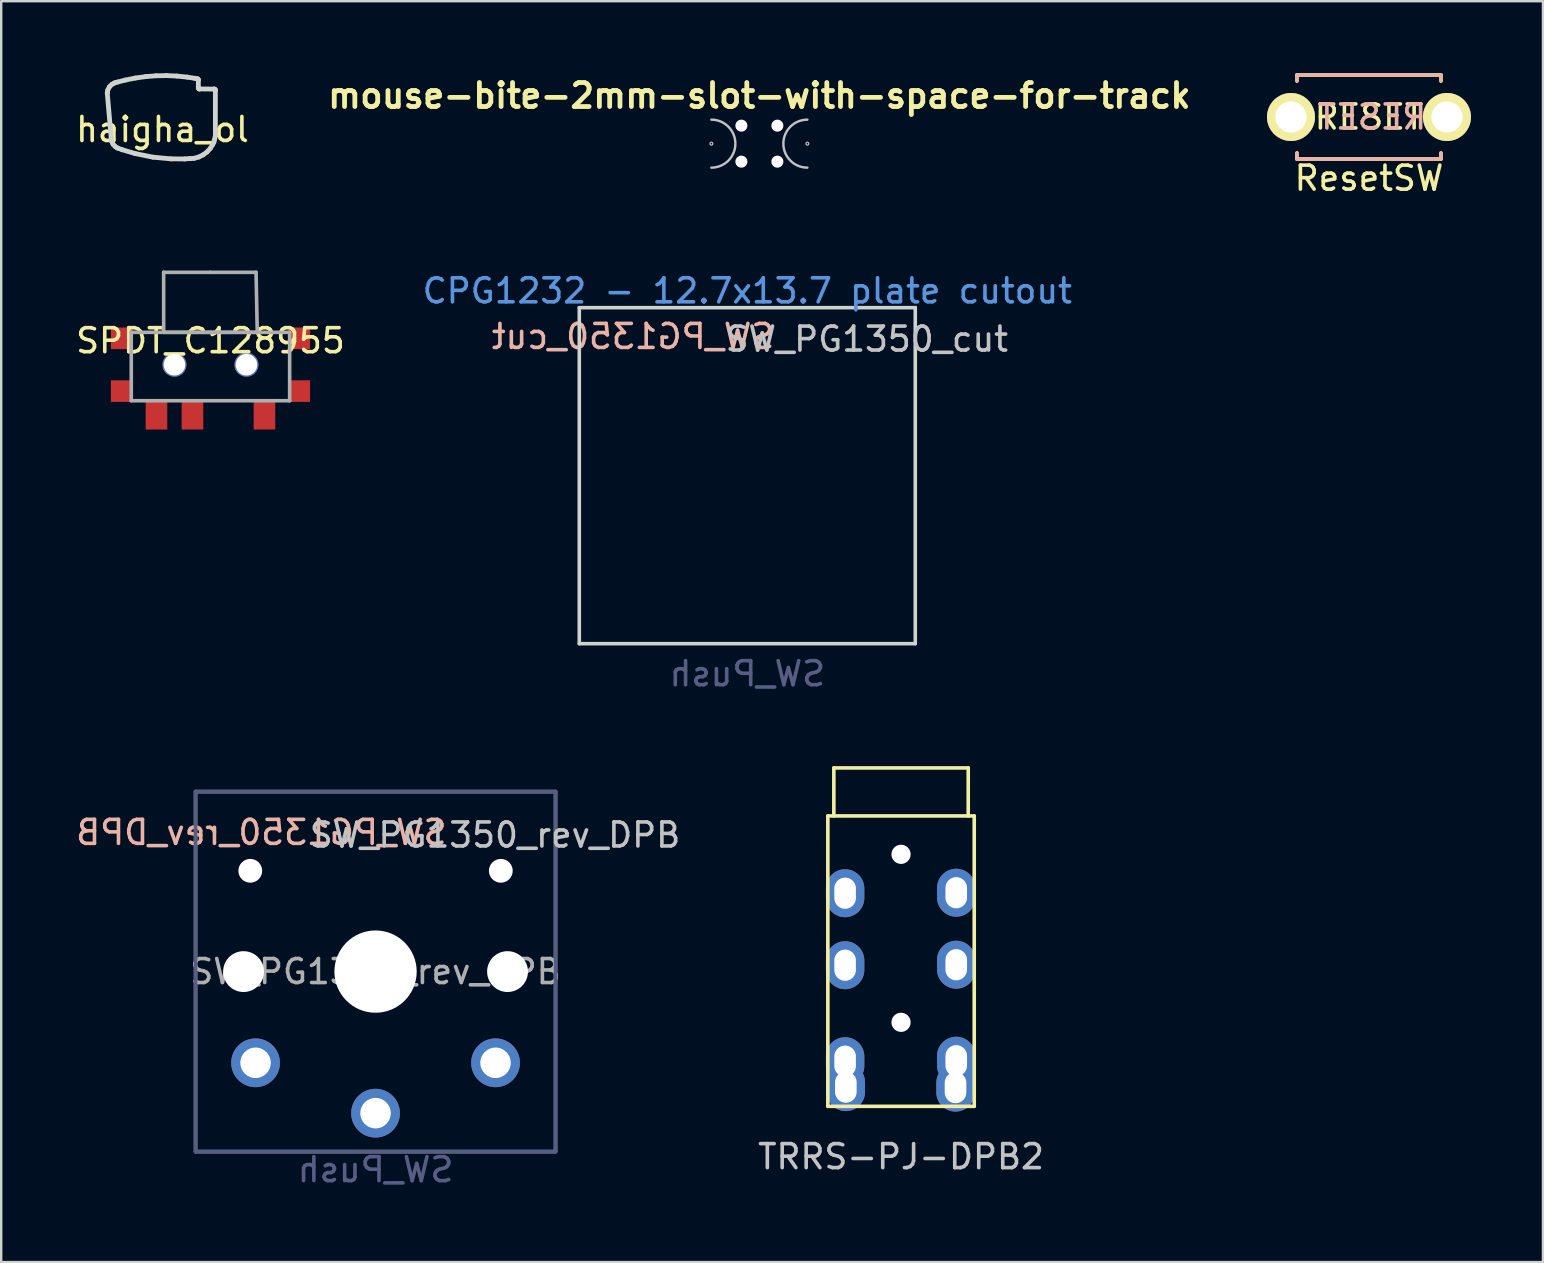
<source format=kicad_pcb>
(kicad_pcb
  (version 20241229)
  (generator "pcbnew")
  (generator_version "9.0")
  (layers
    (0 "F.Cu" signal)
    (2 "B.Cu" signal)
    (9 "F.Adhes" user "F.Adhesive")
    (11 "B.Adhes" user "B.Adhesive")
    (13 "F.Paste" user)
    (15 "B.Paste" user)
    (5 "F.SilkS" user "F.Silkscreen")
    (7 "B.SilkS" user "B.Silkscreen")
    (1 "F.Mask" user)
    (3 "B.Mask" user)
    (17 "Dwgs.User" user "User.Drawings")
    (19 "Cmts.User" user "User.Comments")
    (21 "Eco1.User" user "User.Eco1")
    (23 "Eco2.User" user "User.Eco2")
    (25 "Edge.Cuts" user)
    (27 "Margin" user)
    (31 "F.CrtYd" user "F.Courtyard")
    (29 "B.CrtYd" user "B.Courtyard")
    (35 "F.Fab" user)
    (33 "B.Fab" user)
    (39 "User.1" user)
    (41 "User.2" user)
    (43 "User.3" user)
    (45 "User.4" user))
  (footprint "mouse-bite-2mm-slot-with-space-for-track"
    (layer "F.Cu")
    (at 28.593 2.936)
    (property "Reference" "mouse-bite-2mm-slot-with-space-for-track" (at 0 -2 0) (layer "F.SilkS") (effects (font (size 1 1) (thickness 0.2))))
    (attr exclude_from_pos_files exclude_from_bom)
    (fp_arc (start -2 -1) (mid -1 0) (end -2 1) (stroke (width 0.1) (type solid)) (layer "Dwgs.User"))
    (fp_arc (start 2 1) (mid 1 0) (end 2 -1) (stroke (width 0.1) (type solid)) (layer "Dwgs.User"))
    (fp_circle (center -2 0) (end -2 -0.06) (stroke (width 0.05) (type solid)) (fill no) (layer "Dwgs.User"))
    (fp_circle (center 2 0) (end 2.06 0) (stroke (width 0.05) (type solid)) (fill no) (layer "Dwgs.User"))
    (fp_line (start -2 0) (end -2 0) (stroke (width 2) (type solid)) (layer "Eco1.User"))
    (fp_line (start 2 0) (end 2 0) (stroke (width 2) (type solid)) (layer "Eco1.User"))
    (pad "" np_thru_hole circle (at -0.75 -0.75) (size 0.5 0.5) (drill 0.5) (layers "*.Cu" "*.Mask"))
    (pad "" np_thru_hole circle (at -0.75 0.75) (size 0.5 0.5) (drill 0.5) (layers "*.Cu" "*.Mask"))
    (pad "" np_thru_hole circle (at 0.75 -0.75) (size 0.5 0.5) (drill 0.5) (layers "*.Cu" "*.Mask"))
    (pad "" np_thru_hole circle (at 0.75 0.75) (size 0.5 0.5) (drill 0.5) (layers "*.Cu" "*.Mask")))
  (footprint "SPDT_C128955"
    (layer "F.Cu")
    (at 5.72 12.148)
    (property "Reference" "SPDT_C128955" (at 0 -1 0) (layer "F.SilkS") (effects (font (size 1 1) (thickness 0.15))))
    (attr through_hole)
    (fp_line (start -3.3 -1.35) (end -3.3 1.5) (stroke (width 0.15) (type solid)) (layer "F.Fab"))
    (fp_line (start -3.3 1.5) (end 3.3 1.5) (stroke (width 0.15) (type solid)) (layer "F.Fab"))
    (fp_line (start -1.95 -3.85) (end 0 -3.85) (stroke (width 0.15) (type solid)) (layer "F.Fab"))
    (fp_line (start -1.95 -1.35) (end -1.95 -3.85) (stroke (width 0.15) (type solid)) (layer "F.Fab"))
    (fp_line (start 0 -3.85) (end 1.9 -3.85) (stroke (width 0.15) (type solid)) (layer "F.Fab"))
    (fp_line (start 0 -1.35) (end -3.3 -1.35) (stroke (width 0.15) (type solid)) (layer "F.Fab"))
    (fp_line (start 0 -1.35) (end 3.3 -1.35) (stroke (width 0.15) (type solid)) (layer "F.Fab"))
    (fp_line (start 1.9 -3.85) (end 1.95 -1.35) (stroke (width 0.15) (type solid)) (layer "F.Fab"))
    (fp_line (start 1.95 -1.35) (end -1.95 -1.35) (stroke (width 0.15) (type solid)) (layer "F.Fab"))
    (fp_line (start 3.3 1.5) (end 3.3 -1.35) (stroke (width 0.15) (type solid)) (layer "F.Fab"))
    (pad "" np_thru_hole circle (at -1.5 0) (size 1 1) (drill 0.9) (layers "*.Cu" "*.Mask"))
    (pad "" np_thru_hole circle (at 1.5 0) (size 1 1) (drill 0.9) (layers "*.Cu" "*.Mask"))
    (pad "0" smd rect (at -3.7 -1.1) (size 0.9 0.9) (layers "F.Cu" "F.Mask" "F.Paste"))
    (pad "0" smd rect (at -3.7 1.1) (size 0.9 0.9) (layers "F.Cu" "F.Mask" "F.Paste"))
    (pad "0" smd rect (at 3.7 -1.1) (size 0.9 0.9) (layers "F.Cu" "F.Mask" "F.Paste"))
    (pad "0" smd rect (at 3.7 1.1) (size 0.9 0.9) (layers "F.Cu" "F.Mask" "F.Paste"))
    (pad "1" smd rect (at 2.25 2.075) (size 0.9 1.25) (layers "F.Cu" "F.Mask" "F.Paste"))
    (pad "2" smd rect (at -0.75 2.075) (size 0.9 1.25) (layers "F.Cu" "F.Mask" "F.Paste"))
    (pad "3" smd rect (at -2.25 2.075) (size 0.9 1.25) (layers "F.Cu" "F.Mask" "F.Paste")))
  (footprint "SW_PG1350_rev_DPB"
    (layer "F.Cu")
    (at 12.599 37.436)
    (property "Reference" "SW_PG1350_rev_DPB" (at 4.98 -5.69 180) (layer "Dwgs.User") (effects (font (size 1 1) (thickness 0.15))))
    (property "Value" "SW_Push" (at -0.07 8.17 180) (layer "Dwgs.User") (hide yes) (effects (font (size 1 1) (thickness 0.15))))
    (attr through_hole)
    (fp_line (start -9 8.136) (end -8.994 -8.1) (stroke (width 0.12) (type solid)) (layer "Eco1.User"))
    (fp_line (start -8.63 -8.5) (end 8.6 -8.5) (stroke (width 0.12) (type solid)) (layer "Eco1.User"))
    (fp_line (start -8.6 8.5) (end 8.636 8.5) (stroke (width 0.12) (type solid)) (layer "Eco1.User"))
    (fp_line (start 9 8.1) (end 9 -8.136) (stroke (width 0.12) (type solid)) (layer "Eco1.User"))
    (fp_arc (start -8.994011 -8.099594) (mid -8.898745 -8.378652) (end -8.63 -8.5) (stroke (width 0.12) (type solid)) (layer "Eco1.User"))
    (fp_arc (start -8.6 8.49968) (mid -8.879058 8.404414) (end -9.000406 8.135669) (stroke (width 0.12) (type solid)) (layer "Eco1.User"))
    (fp_arc (start 8.599915 -8.5) (mid 8.878973 -8.404734) (end 9.000321 -8.135989) (stroke (width 0.12) (type solid)) (layer "Eco1.User"))
    (fp_arc (start 9 8.1) (mid 8.904734 8.379058) (end 8.635989 8.500406) (stroke (width 0.12) (type solid)) (layer "Eco1.User"))
    (fp_line (start -6.9 6.9) (end -6.9 -6.9) (stroke (width 0.15) (type solid)) (layer "Eco2.User"))
    (fp_line (start -6.9 6.9) (end 6.9 6.9) (stroke (width 0.15) (type solid)) (layer "Eco2.User"))
    (fp_line (start -2.6 -3.1) (end -2.6 -6.3) (stroke (width 0.15) (type solid)) (layer "Eco2.User"))
    (fp_line (start -2.6 -3.1) (end 2.6 -3.1) (stroke (width 0.15) (type solid)) (layer "Eco2.User"))
    (fp_line (start 2.6 -6.3) (end -2.6 -6.3) (stroke (width 0.15) (type solid)) (layer "Eco2.User"))
    (fp_line (start 2.6 -3.1) (end 2.6 -6.3) (stroke (width 0.15) (type solid)) (layer "Eco2.User"))
    (fp_line (start 6.9 -6.9) (end -6.9 -6.9) (stroke (width 0.15) (type solid)) (layer "Eco2.User"))
    (fp_line (start 6.9 -6.9) (end 6.9 6.9) (stroke (width 0.15) (type solid)) (layer "Eco2.User"))
    (fp_line (start -7.5 -7.5) (end 7.5 -7.5) (stroke (width 0.15) (type solid)) (layer "B.Fab"))
    (fp_line (start -7.5 7.5) (end -7.5 -7.5) (stroke (width 0.15) (type solid)) (layer "B.Fab"))
    (fp_line (start 7.5 -7.5) (end 7.5 7.5) (stroke (width 0.15) (type solid)) (layer "B.Fab"))
    (fp_line (start 7.5 7.5) (end -7.5 7.5) (stroke (width 0.15) (type solid)) (layer "B.Fab"))
    (fp_line (start -7.5 -7.5) (end 7.5 -7.5) (stroke (width 0.15) (type solid)) (layer "F.Fab"))
    (fp_line (start -7.5 7.5) (end -7.5 -7.5) (stroke (width 0.15) (type solid)) (layer "F.Fab"))
    (fp_line (start 7.5 -7.5) (end 7.5 7.5) (stroke (width 0.15) (type solid)) (layer "F.Fab"))
    (fp_line (start 7.5 7.5) (end -7.5 7.5) (stroke (width 0.15) (type solid)) (layer "F.Fab"))
    (fp_text user "${REFERENCE}" (at -4.76 -5.8 0) (layer "B.SilkS") (effects (font (size 1 1) (thickness 0.15)) (justify mirror)))
    (fp_text user "${VALUE}" (at 0 8.255 0) (layer "B.Fab") (effects (font (size 1 1) (thickness 0.15)) (justify mirror)))
    (fp_text user "${REFERENCE}" (at 0 0 180) (layer "F.Fab") (effects (font (size 1 1) (thickness 0.15))))
    (pad "" np_thru_hole circle (at -5.5 0) (size 1.702 1.702) (drill 1.702) (layers "*.Cu" "*.Mask"))
    (pad "" np_thru_hole circle (at -5.22 -4.2) (size 0.991 0.991) (drill 0.991) (layers "*.Cu" "*.Mask"))
    (pad "" np_thru_hole circle (at 0 0) (size 3.429 3.429) (drill 3.429) (layers "*.Cu" "*.Mask"))
    (pad "" np_thru_hole circle (at 5.22 -4.2) (size 0.991 0.991) (drill 0.991) (layers "*.Cu" "*.Mask"))
    (pad "" np_thru_hole circle (at 5.5 0) (size 1.702 1.702) (drill 1.702) (layers "*.Cu" "*.Mask"))
    (pad "1" thru_hole circle (at 0 5.9) (size 2.032 2.032) (drill 1.27) (layers "*.Cu" "*.Mask"))
    (pad "2" thru_hole circle (at -5 3.8) (size 2.032 2.032) (drill 1.27) (layers "*.Cu" "*.Mask"))
    (pad "2" thru_hole circle (at 5 3.8) (size 2.032 2.032) (drill 1.27) (layers "*.Cu" "*.Mask")))
  (footprint "SW_PG1350_cut"
    (layer "F.Cu")
    (at 28.089 16.771)
    (property "Reference" "SW_PG1350_cut" (at 4.98 -5.69 0) (layer "Dwgs.User") (effects (font (size 1 1) (thickness 0.15))))
    (property "Value" "SW_Push" (at -0.07 8.17 0) (layer "Dwgs.User") (hide yes) (effects (font (size 1 1) (thickness 0.15))))
    (attr through_hole)
    (fp_line (start -7 -7) (end 7 -7) (stroke (width 0.15) (type solid)) (layer "Edge.Cuts"))
    (fp_line (start -7 7) (end -7 -7) (stroke (width 0.15) (type solid)) (layer "Edge.Cuts"))
    (fp_line (start -7 7) (end 7 7) (stroke (width 0.15) (type solid)) (layer "Edge.Cuts"))
    (fp_line (start 7 7) (end 7 -7) (stroke (width 0.15) (type solid)) (layer "Edge.Cuts"))
    (fp_text user "${REFERENCE}" (at -4.76 -5.8 180) (layer "B.SilkS") (effects (font (size 1 1) (thickness 0.15)) (justify mirror)))
    (fp_text user "CPG1232 - 12.7x13.7 plate cutout" (at 0 -7.7 0) (layer "Cmts.User") (effects (font (size 1 1) (thickness 0.15))))
    (fp_text user "${VALUE}" (at 0 8.255 180) (layer "B.Fab") (effects (font (size 1 1) (thickness 0.15)) (justify mirror))))
  (footprint "haigha_ol"
    (layer "F.Cu")
    (at 3.72 1.847)
    (property "Reference" "haigha_ol" (at 0 0.5 0) (layer "F.SilkS") (effects (font (size 1 1) (thickness 0.15))))
    (attr through_hole)
    (fp_line (start -2.299 -1.007) (end -2.136 0.86) (stroke (width 0.2) (type solid)) (layer "Edge.Cuts"))
    (fp_line (start -2.299 -1.043) (end -2.299 -1.007) (stroke (width 0.2) (type solid)) (layer "Edge.Cuts"))
    (fp_line (start -2.275 -1.153) (end -2.299 -1.043) (stroke (width 0.2) (type solid)) (layer "Edge.Cuts"))
    (fp_line (start -2.208 -1.282) (end -2.275 -1.153) (stroke (width 0.2) (type solid)) (layer "Edge.Cuts"))
    (fp_line (start -2.136 0.86) (end -2.136 0.893) (stroke (width 0.2) (type solid)) (layer "Edge.Cuts"))
    (fp_line (start -2.136 0.893) (end -2.117 0.992) (stroke (width 0.2) (type solid)) (layer "Edge.Cuts"))
    (fp_line (start -2.117 0.992) (end -2.061 1.109) (stroke (width 0.2) (type solid)) (layer "Edge.Cuts"))
    (fp_line (start -2.105 -1.383) (end -2.208 -1.282) (stroke (width 0.2) (type solid)) (layer "Edge.Cuts"))
    (fp_line (start -2.061 1.109) (end -1.974 1.206) (stroke (width 0.2) (type solid)) (layer "Edge.Cuts"))
    (fp_line (start -2.006 -1.438) (end -2.105 -1.383) (stroke (width 0.2) (type solid)) (layer "Edge.Cuts"))
    (fp_line (start -1.974 1.206) (end -1.89 1.263) (stroke (width 0.2) (type solid)) (layer "Edge.Cuts"))
    (fp_line (start -1.971 -1.448) (end -2.006 -1.438) (stroke (width 0.2) (type solid)) (layer "Edge.Cuts"))
    (fp_line (start -1.89 1.263) (end -1.86 1.275) (stroke (width 0.2) (type solid)) (layer "Edge.Cuts"))
    (fp_line (start -1.867 -1.479) (end -1.971 -1.448) (stroke (width 0.2) (type solid)) (layer "Edge.Cuts"))
    (fp_line (start -1.86 1.275) (end -1.682 1.342) (stroke (width 0.2) (type solid)) (layer "Edge.Cuts"))
    (fp_line (start -1.682 1.342) (end -1.136 1.503) (stroke (width 0.2) (type solid)) (layer "Edge.Cuts"))
    (fp_line (start -1.551 -1.56) (end -1.867 -1.479) (stroke (width 0.2) (type solid)) (layer "Edge.Cuts"))
    (fp_line (start -1.136 1.503) (end -0.395 1.653) (stroke (width 0.2) (type solid)) (layer "Edge.Cuts"))
    (fp_line (start -1.126 -1.646) (end -1.551 -1.56) (stroke (width 0.2) (type solid)) (layer "Edge.Cuts"))
    (fp_line (start -0.697 -1.705) (end -1.126 -1.646) (stroke (width 0.2) (type solid)) (layer "Edge.Cuts"))
    (fp_line (start -0.395 1.653) (end 0.359 1.723) (stroke (width 0.2) (type solid)) (layer "Edge.Cuts"))
    (fp_line (start -0.266 -1.739) (end -0.697 -1.705) (stroke (width 0.2) (type solid)) (layer "Edge.Cuts"))
    (fp_line (start 0.167 -1.747) (end -0.266 -1.739) (stroke (width 0.2) (type solid)) (layer "Edge.Cuts"))
    (fp_line (start 0.359 1.723) (end 0.928 1.726) (stroke (width 0.2) (type solid)) (layer "Edge.Cuts"))
    (fp_line (start 0.599 -1.728) (end 0.167 -1.747) (stroke (width 0.2) (type solid)) (layer "Edge.Cuts"))
    (fp_line (start 0.928 1.726) (end 1.117 1.713) (stroke (width 0.2) (type solid)) (layer "Edge.Cuts"))
    (fp_line (start 1.03 -1.683) (end 0.599 -1.728) (stroke (width 0.2) (type solid)) (layer "Edge.Cuts"))
    (fp_line (start 1.117 1.713) (end 1.169 1.714) (stroke (width 0.2) (type solid)) (layer "Edge.Cuts"))
    (fp_line (start 1.169 1.714) (end 1.325 1.697) (stroke (width 0.2) (type solid)) (layer "Edge.Cuts"))
    (fp_line (start 1.325 1.697) (end 1.52 1.643) (stroke (width 0.2) (type solid)) (layer "Edge.Cuts"))
    (fp_line (start 1.353 -1.633) (end 1.03 -1.683) (stroke (width 0.2) (type solid)) (layer "Edge.Cuts"))
    (fp_line (start 1.459 -1.611) (end 1.353 -1.633) (stroke (width 0.2) (type solid)) (layer "Edge.Cuts"))
    (fp_line (start 1.465 -1.61) (end 1.459 -1.611) (stroke (width 0.2) (type solid)) (layer "Edge.Cuts"))
    (fp_line (start 1.485 -1.593) (end 1.465 -1.61) (stroke (width 0.2) (type solid)) (layer "Edge.Cuts"))
    (fp_line (start 1.495 -1.241) (end 1.495 -1.564) (stroke (width 0.2) (type solid)) (layer "Edge.Cuts"))
    (fp_line (start 1.495 -1.571) (end 1.485 -1.593) (stroke (width 0.2) (type solid)) (layer "Edge.Cuts"))
    (fp_line (start 1.495 -1.564) (end 1.495 -1.571) (stroke (width 0.2) (type solid)) (layer "Edge.Cuts"))
    (fp_line (start 1.495 -1.241) (end 1.495 -1.236) (stroke (width 0.2) (type solid)) (layer "Edge.Cuts"))
    (fp_line (start 1.495 -1.236) (end 1.499 -1.221) (stroke (width 0.2) (type solid)) (layer "Edge.Cuts"))
    (fp_line (start 1.499 -1.221) (end 1.51 -1.205) (stroke (width 0.2) (type solid)) (layer "Edge.Cuts"))
    (fp_line (start 1.51 -1.205) (end 1.525 -1.195) (stroke (width 0.2) (type solid)) (layer "Edge.Cuts"))
    (fp_line (start 1.52 1.643) (end 1.698 1.554) (stroke (width 0.2) (type solid)) (layer "Edge.Cuts"))
    (fp_line (start 1.525 -1.195) (end 1.54 -1.191) (stroke (width 0.2) (type solid)) (layer "Edge.Cuts"))
    (fp_line (start 1.54 -1.191) (end 1.545 -1.191) (stroke (width 0.2) (type solid)) (layer "Edge.Cuts"))
    (fp_line (start 1.698 1.554) (end 1.856 1.436) (stroke (width 0.2) (type solid)) (layer "Edge.Cuts"))
    (fp_line (start 1.856 1.436) (end 1.99 1.29) (stroke (width 0.2) (type solid)) (layer "Edge.Cuts"))
    (fp_line (start 1.99 1.29) (end 2.095 1.121) (stroke (width 0.2) (type solid)) (layer "Edge.Cuts"))
    (fp_line (start 2.095 1.121) (end 2.169 0.932) (stroke (width 0.2) (type solid)) (layer "Edge.Cuts"))
    (fp_line (start 2.151 -1.185) (end 1.545 -1.191) (stroke (width 0.2) (type solid)) (layer "Edge.Cuts"))
    (fp_line (start 2.156 -1.185) (end 2.151 -1.185) (stroke (width 0.2) (type solid)) (layer "Edge.Cuts"))
    (fp_line (start 2.169 0.932) (end 2.201 0.779) (stroke (width 0.2) (type solid)) (layer "Edge.Cuts"))
    (fp_line (start 2.172 -1.182) (end 2.156 -1.185) (stroke (width 0.2) (type solid)) (layer "Edge.Cuts"))
    (fp_line (start 2.189 -1.172) (end 2.172 -1.182) (stroke (width 0.2) (type solid)) (layer "Edge.Cuts"))
    (fp_line (start 2.2 -1.155) (end 2.189 -1.172) (stroke (width 0.2) (type solid)) (layer "Edge.Cuts"))
    (fp_line (start 2.201 0.779) (end 2.205 0.728) (stroke (width 0.2) (type solid)) (layer "Edge.Cuts"))
    (fp_line (start 2.204 -1.14) (end 2.2 -1.155) (stroke (width 0.2) (type solid)) (layer "Edge.Cuts"))
    (fp_line (start 2.204 -1.135) (end 2.204 -1.14) (stroke (width 0.2) (type solid)) (layer "Edge.Cuts"))
    (fp_line (start 2.205 0.728) (end 2.204 -1.135) (stroke (width 0.2) (type solid)) (layer "Edge.Cuts")))
  (footprint "ResetSW"
    (layer "F.Cu")
    (at 53.995 1.825)
    (property "Reference" "ResetSW" (at 0 2.55 0) (layer "F.SilkS") (effects (font (size 1 1) (thickness 0.15))))
    (attr through_hole)
    (fp_line (start -3 -1.75) (end -3 -1.5) (stroke (width 0.15) (type solid)) (layer "F.SilkS"))
    (fp_line (start -3 -1.75) (end 3 -1.75) (stroke (width 0.15) (type solid)) (layer "F.SilkS"))
    (fp_line (start -3 1.75) (end -3 1.5) (stroke (width 0.15) (type solid)) (layer "F.SilkS"))
    (fp_line (start -3 1.75) (end 3 1.75) (stroke (width 0.15) (type solid)) (layer "F.SilkS"))
    (fp_line (start 3 -1.75) (end 3 -1.5) (stroke (width 0.15) (type solid)) (layer "F.SilkS"))
    (fp_line (start 3 1.75) (end 3 1.5) (stroke (width 0.15) (type solid)) (layer "F.SilkS"))
    (fp_line (start -3 -1.75) (end 3 -1.75) (stroke (width 0.15) (type solid)) (layer "B.SilkS"))
    (fp_line (start -3 -1.5) (end -3 -1.75) (stroke (width 0.15) (type solid)) (layer "B.SilkS"))
    (fp_line (start -3 1.75) (end -3 1.5) (stroke (width 0.15) (type solid)) (layer "B.SilkS"))
    (fp_line (start 3 -1.75) (end 3 -1.5) (stroke (width 0.15) (type solid)) (layer "B.SilkS"))
    (fp_line (start 3 1.5) (end 3 1.75) (stroke (width 0.15) (type solid)) (layer "B.SilkS"))
    (fp_line (start 3 1.75) (end -3 1.75) (stroke (width 0.15) (type solid)) (layer "B.SilkS"))
    (fp_text user "RESET" (at 0 0 0) (layer "F.SilkS") (effects (font (size 1 1) (thickness 0.15))))
    (fp_text user "RESET" (at 0.127 0 0) (layer "B.SilkS") (effects (font (size 1 1) (thickness 0.15)) (justify mirror)))
    (pad "1" thru_hole circle (at 3.25 0) (size 2 2) (drill 1.3) (layers "*.Cu" "*.Mask" "F.SilkS"))
    (pad "2" thru_hole circle (at -3.25 0) (size 2 2) (drill 1.3) (layers "*.Cu" "*.Mask" "F.SilkS")))
  (footprint "TRRS-PJ-DPB2"
    (layer "F.Cu")
    (at 34.496 30.95)
    (property "Reference" "TRRS-PJ-DPB2" (at 0 14.2 0) (layer "Dwgs.User") (effects (font (size 1 1) (thickness 0.15))))
    (attr through_hole)
    (fp_line (start -3.05 0) (end -3.05 12.1) (stroke (width 0.15) (type solid)) (layer "F.SilkS"))
    (fp_line (start -2.8 0) (end -2.8 -2) (stroke (width 0.15) (type solid)) (layer "F.SilkS"))
    (fp_line (start 2.8 -2) (end -2.8 -2) (stroke (width 0.15) (type solid)) (layer "F.SilkS"))
    (fp_line (start 2.8 0) (end 2.8 -2) (stroke (width 0.15) (type solid)) (layer "F.SilkS"))
    (fp_line (start 3.05 0) (end -3.05 0) (stroke (width 0.15) (type solid)) (layer "F.SilkS"))
    (fp_line (start 3.05 0) (end 3.05 12.1) (stroke (width 0.15) (type solid)) (layer "F.SilkS"))
    (fp_line (start 3.05 12.1) (end -3.05 12.1) (stroke (width 0.15) (type solid)) (layer "F.SilkS"))
    (pad "" np_thru_hole circle (at 0 1.6) (size 0.8 0.8) (drill 0.8) (layers "*.Cu" "*.Mask"))
    (pad "" np_thru_hole circle (at 0 8.6) (size 0.8 0.8) (drill 0.8) (layers "*.Cu" "*.Mask"))
    (pad "R1" thru_hole oval (at -2.33 6.22 180) (size 1.6 2) (drill oval 0.9 1.3) (layers "*.Cu" "*.Mask"))
    (pad "R1" thru_hole oval (at 2.3 6.2) (size 1.6 2) (drill oval 0.9 1.3) (layers "*.Cu" "*.Mask"))
    (pad "R2" thru_hole oval (at -2.33 3.22 180) (size 1.6 2) (drill oval 0.9 1.3) (layers "*.Cu" "*.Mask"))
    (pad "R2" thru_hole oval (at 2.3 3.2) (size 1.6 2) (drill oval 0.9 1.3) (layers "*.Cu" "*.Mask"))
    (pad "S" thru_hole oval (at -2.3 11.3) (size 1.6 2) (drill oval 0.9 1.3) (layers "*.Cu" "*.Mask"))
    (pad "S" thru_hole oval (at 2.27 11.32 180) (size 1.6 2) (drill oval 0.9 1.3) (layers "*.Cu" "*.Mask"))
    (pad "T" thru_hole oval (at -2.33 10.22 180) (size 1.6 2) (drill oval 0.9 1.3) (layers "*.Cu" "*.Mask"))
    (pad "T" thru_hole oval (at 2.3 10.2) (size 1.6 2) (drill oval 0.9 1.3) (layers "*.Cu" "*.Mask")))
  (gr_rect
    (start -3 -3)
    (end 61.245 49.539)
    (stroke (width 0.1) (type default))
    (fill no)
    (layer "Edge.Cuts")))
</source>
